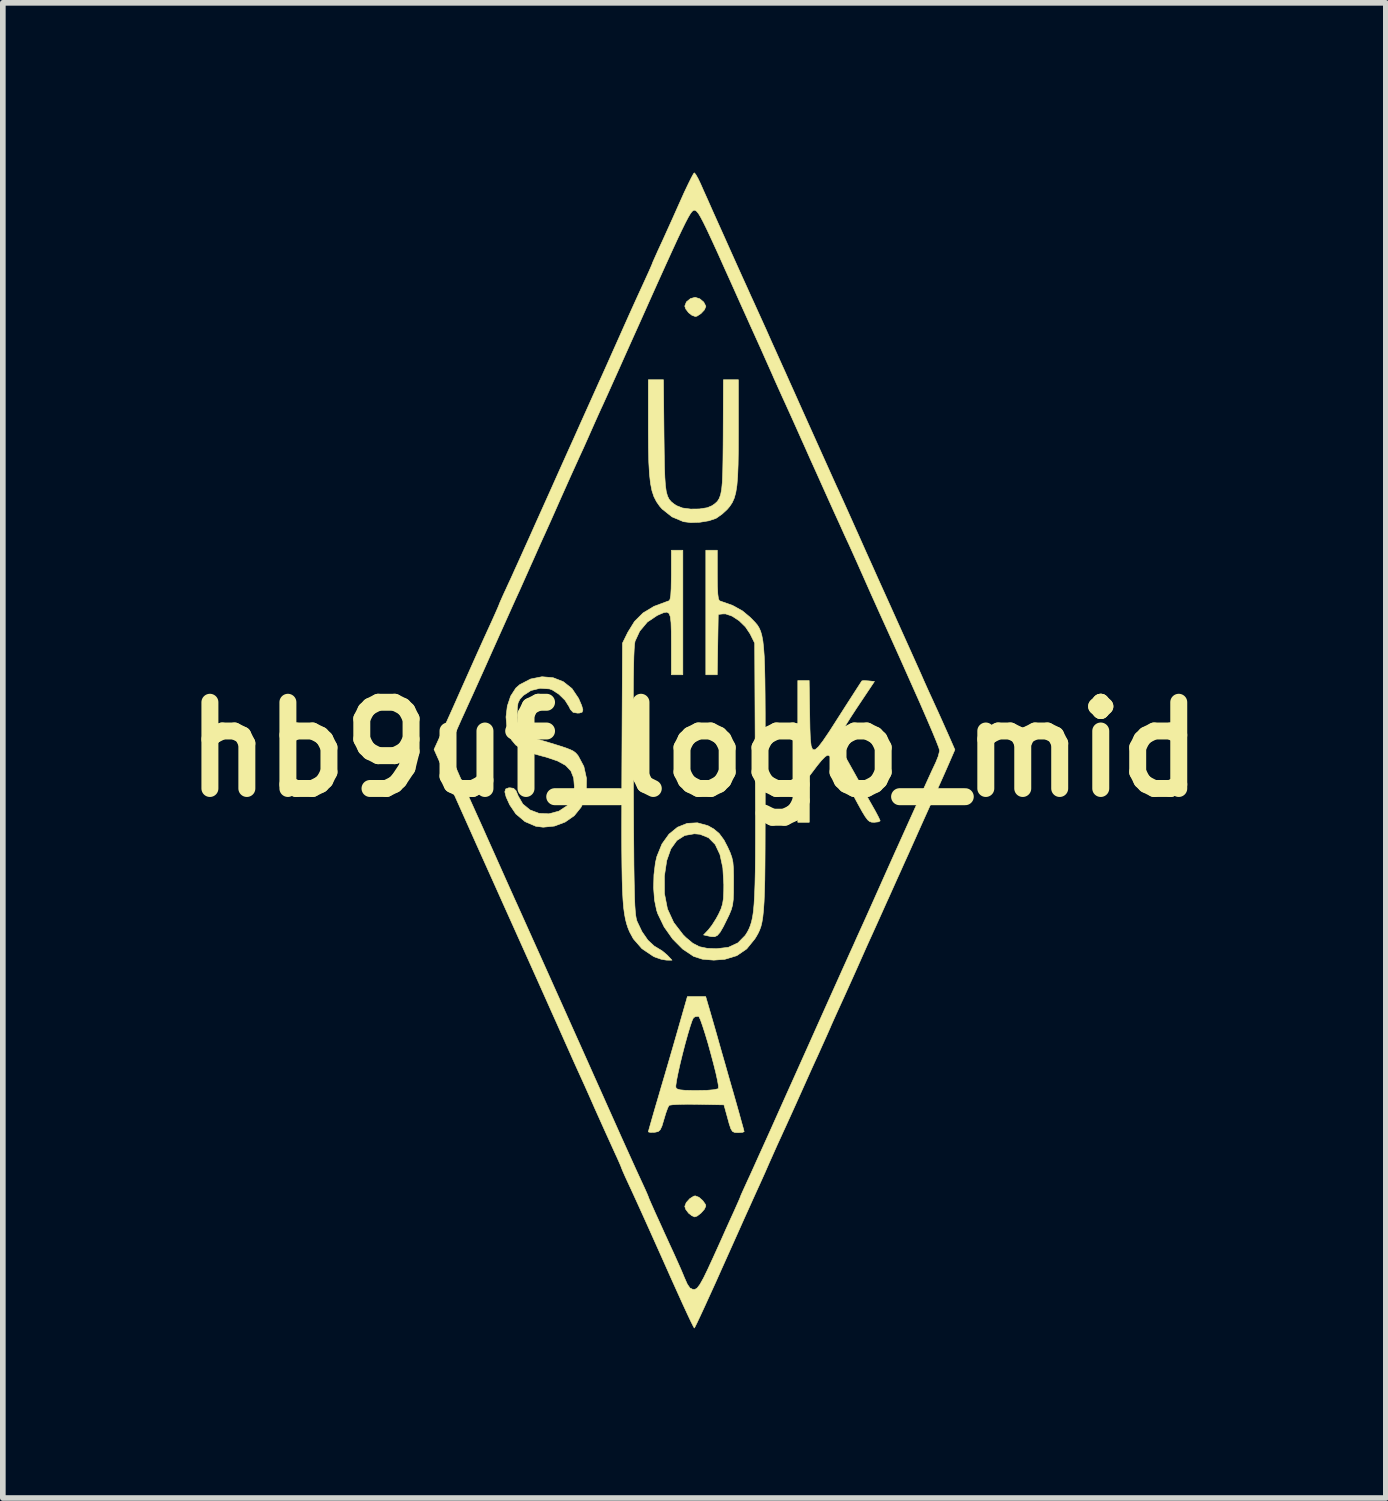
<source format=kicad_pcb>
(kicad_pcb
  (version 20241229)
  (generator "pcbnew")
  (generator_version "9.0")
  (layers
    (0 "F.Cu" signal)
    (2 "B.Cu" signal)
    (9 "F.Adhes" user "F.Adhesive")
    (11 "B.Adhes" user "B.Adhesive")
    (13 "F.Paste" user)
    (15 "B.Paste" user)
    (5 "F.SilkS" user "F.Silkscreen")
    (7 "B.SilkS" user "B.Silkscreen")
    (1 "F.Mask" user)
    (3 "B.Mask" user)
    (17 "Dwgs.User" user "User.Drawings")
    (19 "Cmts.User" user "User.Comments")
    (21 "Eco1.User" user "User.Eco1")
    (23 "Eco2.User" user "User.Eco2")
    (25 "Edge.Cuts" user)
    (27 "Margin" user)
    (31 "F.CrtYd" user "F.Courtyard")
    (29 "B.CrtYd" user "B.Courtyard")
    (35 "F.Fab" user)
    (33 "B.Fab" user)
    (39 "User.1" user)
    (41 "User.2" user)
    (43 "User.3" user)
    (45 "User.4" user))
  (footprint "hb9uf_logo_mid"
    (layer "F.Cu")
    (at 9.224 10.199)
    (property "Reference" "hb9uf_logo_mid" (at 0 0 0) (layer "F.SilkS") (effects (font (size 1.524 1.524) (thickness 0.3))))
    (attr through_hole)
    (fp_poly (pts (xy 0.095 -7.968) (xy 0.166 -7.909) (xy 0.202 -7.839) (xy 0.203 -7.829) (xy 0.177 -7.77) (xy 0.117 -7.706) (xy 0.048 -7.661) (xy 0.017 -7.654) (xy -0.043 -7.676) (xy -0.102 -7.722) (xy -0.152 -7.788) (xy -0.169 -7.838) (xy -0.14 -7.912) (xy -0.068 -7.971) (xy 0.014 -7.993) (xy 0.095 -7.968)) (stroke (width 0.01) (type solid)) (fill yes) (layer "F.SilkS"))
    (fp_poly (pts (xy 0.082 7.916) (xy 0.15 7.976) (xy 0.197 8.043) (xy 0.203 8.071) (xy 0.178 8.127) (xy 0.119 8.194) (xy 0.051 8.247) (xy 0.006 8.263) (xy -0.045 8.241) (xy -0.102 8.196) (xy -0.152 8.129) (xy -0.169 8.077) (xy -0.143 8.01) (xy -0.081 7.941) (xy -0.01 7.896) (xy 0.017 7.891) (xy 0.082 7.916)) (stroke (width 0.01) (type solid)) (fill yes) (layer "F.SilkS"))
    (fp_poly (pts (xy -0.536 -5.544) (xy -0.532 -5.243) (xy -0.528 -5.001) (xy -0.521 -4.812) (xy -0.511 -4.667) (xy -0.496 -4.559) (xy -0.474 -4.48) (xy -0.445 -4.422) (xy -0.407 -4.378) (xy -0.358 -4.339) (xy -0.314 -4.31) (xy -0.209 -4.269) (xy -0.065 -4.25) (xy 0.09 -4.252) (xy 0.229 -4.274) (xy 0.314 -4.31) (xy 0.366 -4.347) (xy 0.408 -4.386) (xy 0.44 -4.437) (xy 0.465 -4.505) (xy 0.483 -4.599) (xy 0.495 -4.726) (xy 0.502 -4.895) (xy 0.506 -5.112) (xy 0.509 -5.385) (xy 0.51 -5.55) (xy 0.514 -6.536) (xy 0.779 -6.536) (xy 0.779 -5.611) (xy 0.778 -5.294) (xy 0.774 -5.037) (xy 0.766 -4.832) (xy 0.753 -4.67) (xy 0.733 -4.543) (xy 0.706 -4.444) (xy 0.67 -4.364) (xy 0.625 -4.296) (xy 0.582 -4.245) (xy 0.492 -4.162) (xy 0.396 -4.094) (xy 0.381 -4.085) (xy 0.257 -4.043) (xy 0.099 -4.017) (xy -0.062 -4.011) (xy -0.192 -4.027) (xy -0.394 -4.112) (xy -0.568 -4.25) (xy -0.613 -4.301) (xy -0.669 -4.381) (xy -0.714 -4.469) (xy -0.749 -4.574) (xy -0.775 -4.706) (xy -0.793 -4.87) (xy -0.805 -5.077) (xy -0.811 -5.335) (xy -0.813 -5.651) (xy -0.813 -5.68) (xy -0.813 -6.536) (xy -0.546 -6.536) (xy -0.536 -5.544)) (stroke (width 0.01) (type solid)) (fill yes) (layer "F.SilkS"))
    (fp_poly (pts (xy 2.04 -0.601) (xy 2.044 -0.365) (xy 2.051 -0.186) (xy 2.065 -0.064) (xy 2.091 -0.000455) (xy 2.132 0.006) (xy 2.192 -0.045) (xy 2.275 -0.153) (xy 2.387 -0.318) (xy 2.529 -0.54) (xy 2.563 -0.593) (xy 2.678 -0.773) (xy 2.781 -0.933) (xy 2.866 -1.065) (xy 2.927 -1.159) (xy 2.959 -1.208) (xy 2.963 -1.213) (xy 3 -1.218) (xy 3.076 -1.213) (xy 3.079 -1.213) (xy 3.184 -1.202) (xy 2.862 -0.72) (xy 2.756 -0.557) (xy 2.664 -0.41) (xy 2.594 -0.288) (xy 2.551 -0.204) (xy 2.54 -0.171) (xy 2.543 -0.14) (xy 2.555 -0.1) (xy 2.58 -0.042) (xy 2.623 0.043) (xy 2.689 0.164) (xy 2.781 0.329) (xy 2.85 0.452) (xy 2.911 0.562) (xy 2.957 0.646) (xy 2.979 0.69) (xy 2.98 0.693) (xy 2.996 0.725) (xy 3.038 0.802) (xy 3.098 0.91) (xy 3.132 0.97) (xy 3.2 1.09) (xy 3.252 1.188) (xy 3.281 1.25) (xy 3.285 1.262) (xy 3.255 1.279) (xy 3.183 1.287) (xy 3.175 1.287) (xy 3.134 1.285) (xy 3.099 1.273) (xy 3.064 1.244) (xy 3.022 1.188) (xy 2.967 1.098) (xy 2.894 0.966) (xy 2.796 0.784) (xy 2.78 0.754) (xy 2.663 0.536) (xy 2.572 0.372) (xy 2.503 0.254) (xy 2.45 0.175) (xy 2.41 0.128) (xy 2.377 0.106) (xy 2.353 0.102) (xy 2.313 0.127) (xy 2.248 0.193) (xy 2.172 0.286) (xy 2.172 0.286) (xy 2.032 0.471) (xy 2.032 1.287) (xy 1.829 1.287) (xy 1.829 -1.219) (xy 2.03 -1.219) (xy 2.04 -0.601)) (stroke (width 0.01) (type solid)) (fill yes) (layer "F.SilkS"))
    (fp_poly (pts (xy -0.203 -1.321) (xy -0.406 -1.321) (xy -0.406 -1.864) (xy -0.407 -2.082) (xy -0.412 -2.241) (xy -0.424 -2.346) (xy -0.447 -2.406) (xy -0.485 -2.428) (xy -0.541 -2.419) (xy -0.62 -2.386) (xy -0.657 -2.369) (xy -0.83 -2.253) (xy -0.966 -2.091) (xy -1.048 -1.913) (xy -1.056 -1.864) (xy -1.063 -1.774) (xy -1.069 -1.642) (xy -1.073 -1.463) (xy -1.077 -1.235) (xy -1.079 -0.954) (xy -1.08 -0.617) (xy -1.08 -0.221) (xy -1.078 0.238) (xy -1.077 0.559) (xy -1.075 1.019) (xy -1.073 1.417) (xy -1.07 1.756) (xy -1.068 2.043) (xy -1.064 2.282) (xy -1.06 2.477) (xy -1.056 2.635) (xy -1.051 2.759) (xy -1.044 2.855) (xy -1.037 2.927) (xy -1.028 2.981) (xy -1.018 3.021) (xy -1.011 3.041) (xy -0.925 3.221) (xy -0.821 3.371) (xy -0.709 3.475) (xy -0.665 3.501) (xy -0.563 3.564) (xy -0.476 3.638) (xy -0.395 3.725) (xy -0.494 3.724) (xy -0.587 3.708) (xy -0.698 3.669) (xy -0.727 3.655) (xy -0.925 3.522) (xy -1.078 3.347) (xy -1.146 3.221) (xy -1.174 3.152) (xy -1.198 3.079) (xy -1.218 2.999) (xy -1.235 2.906) (xy -1.25 2.794) (xy -1.261 2.658) (xy -1.27 2.494) (xy -1.276 2.296) (xy -1.28 2.059) (xy -1.283 1.778) (xy -1.284 1.447) (xy -1.283 1.062) (xy -1.282 0.618) (xy -1.281 0.339) (xy -1.27 -1.88) (xy -1.176 -2.071) (xy -1.057 -2.264) (xy -0.906 -2.414) (xy -0.712 -2.531) (xy -0.464 -2.623) (xy -0.449 -2.627) (xy -0.43 -2.653) (xy -0.417 -2.724) (xy -0.41 -2.846) (xy -0.407 -3.026) (xy -0.406 -3.081) (xy -0.406 -3.522) (xy -0.203 -3.522) (xy -0.203 -1.321)) (stroke (width 0.01) (type solid)) (fill yes) (layer "F.SilkS"))
    (fp_poly (pts (xy -2.497 -1.269) (xy -2.317 -1.199) (xy -2.163 -1.077) (xy -2.048 -0.906) (xy -2.045 -0.901) (xy -1.991 -0.776) (xy -1.97 -0.699) (xy -1.984 -0.659) (xy -2.033 -0.644) (xy -2.065 -0.643) (xy -2.142 -0.656) (xy -2.191 -0.708) (xy -2.213 -0.755) (xy -2.285 -0.87) (xy -2.393 -0.976) (xy -2.51 -1.052) (xy -2.562 -1.071) (xy -2.727 -1.082) (xy -2.889 -1.042) (xy -3.023 -0.955) (xy -3.027 -0.951) (xy -3.085 -0.886) (xy -3.116 -0.823) (xy -3.129 -0.738) (xy -3.132 -0.629) (xy -3.119 -0.467) (xy -3.071 -0.349) (xy -2.978 -0.265) (xy -2.831 -0.2) (xy -2.781 -0.184) (xy -2.56 -0.119) (xy -2.394 -0.068) (xy -2.275 -0.029) (xy -2.192 0.003) (xy -2.136 0.031) (xy -2.098 0.06) (xy -2.069 0.092) (xy -2.051 0.116) (xy -1.953 0.3) (xy -1.906 0.512) (xy -1.91 0.733) (xy -1.967 0.945) (xy -2.003 1.022) (xy -2.122 1.17) (xy -2.284 1.283) (xy -2.473 1.354) (xy -2.672 1.374) (xy -2.803 1.357) (xy -2.994 1.275) (xy -3.155 1.139) (xy -3.264 0.978) (xy -3.327 0.839) (xy -3.35 0.749) (xy -3.335 0.698) (xy -3.281 0.678) (xy -3.259 0.677) (xy -3.195 0.687) (xy -3.153 0.728) (xy -3.115 0.818) (xy -3.115 0.82) (xy -3.031 0.965) (xy -2.904 1.069) (xy -2.746 1.129) (xy -2.571 1.137) (xy -2.394 1.09) (xy -2.394 1.09) (xy -2.248 0.993) (xy -2.157 0.857) (xy -2.121 0.679) (xy -2.12 0.66) (xy -2.133 0.504) (xy -2.182 0.38) (xy -2.275 0.281) (xy -2.42 0.202) (xy -2.623 0.134) (xy -2.697 0.115) (xy -2.902 0.057) (xy -3.052 -0.006) (xy -3.158 -0.08) (xy -3.234 -0.172) (xy -3.255 -0.211) (xy -3.313 -0.383) (xy -3.329 -0.575) (xy -3.306 -0.767) (xy -3.247 -0.944) (xy -3.155 -1.086) (xy -3.087 -1.146) (xy -2.894 -1.246) (xy -2.693 -1.286) (xy -2.497 -1.269)) (stroke (width 0.01) (type solid)) (fill yes) (layer "F.SilkS"))
    (fp_poly (pts (xy 0.268 4.597) (xy 0.313 4.753) (xy 0.365 4.933) (xy 0.407 5.08) (xy 0.438 5.191) (xy 0.484 5.353) (xy 0.541 5.551) (xy 0.603 5.77) (xy 0.668 5.997) (xy 0.68 6.037) (xy 0.739 6.244) (xy 0.791 6.428) (xy 0.833 6.581) (xy 0.864 6.691) (xy 0.879 6.75) (xy 0.881 6.756) (xy 0.851 6.768) (xy 0.779 6.773) (xy 0.77 6.773) (xy 0.713 6.77) (xy 0.675 6.752) (xy 0.646 6.706) (xy 0.616 6.616) (xy 0.592 6.528) (xy 0.524 6.282) (xy 0.053 6.273) (xy -0.12 6.271) (xy -0.268 6.274) (xy -0.38 6.28) (xy -0.441 6.289) (xy -0.447 6.292) (xy -0.471 6.338) (xy -0.504 6.429) (xy -0.537 6.539) (xy -0.572 6.656) (xy -0.603 6.722) (xy -0.639 6.754) (xy -0.694 6.766) (xy -0.706 6.767) (xy -0.779 6.769) (xy -0.813 6.76) (xy -0.813 6.759) (xy -0.804 6.723) (xy -0.778 6.631) (xy -0.739 6.494) (xy -0.689 6.321) (xy -0.63 6.121) (xy -0.606 6.038) (xy -0.578 5.942) (xy -0.327 5.942) (xy -0.327 5.976) (xy -0.305 6) (xy -0.255 6.016) (xy -0.164 6.025) (xy -0.021 6.028) (xy 0.048 6.028) (xy 0.224 6.025) (xy 0.349 6.014) (xy 0.417 5.998) (xy 0.426 5.991) (xy 0.426 5.945) (xy 0.409 5.848) (xy 0.379 5.712) (xy 0.338 5.549) (xy 0.291 5.373) (xy 0.242 5.195) (xy 0.192 5.029) (xy 0.146 4.886) (xy 0.108 4.779) (xy 0.081 4.722) (xy 0.074 4.716) (xy 0.015 4.723) (xy -0.016 4.745) (xy -0.04 4.795) (xy -0.074 4.896) (xy -0.116 5.036) (xy -0.162 5.201) (xy -0.208 5.379) (xy -0.251 5.555) (xy -0.287 5.716) (xy -0.314 5.85) (xy -0.327 5.942) (xy -0.578 5.942) (xy -0.533 5.79) (xy -0.456 5.527) (xy -0.381 5.269) (xy -0.314 5.036) (xy -0.261 4.851) (xy -0.123 4.369) (xy 0.201 4.369) (xy 0.268 4.597)) (stroke (width 0.01) (type solid)) (fill yes) (layer "F.SilkS"))
    (fp_poly (pts (xy 0.406 -3.081) (xy 0.408 -2.885) (xy 0.415 -2.749) (xy 0.426 -2.666) (xy 0.443 -2.63) (xy 0.449 -2.627) (xy 0.674 -2.548) (xy 0.851 -2.45) (xy 0.984 -2.339) (xy 1.034 -2.289) (xy 1.077 -2.244) (xy 1.115 -2.199) (xy 1.146 -2.148) (xy 1.173 -2.087) (xy 1.194 -2.012) (xy 1.212 -1.916) (xy 1.225 -1.795) (xy 1.236 -1.645) (xy 1.243 -1.459) (xy 1.248 -1.234) (xy 1.251 -0.964) (xy 1.253 -0.645) (xy 1.253 -0.271) (xy 1.253 0.163) (xy 1.253 0.49) (xy 1.253 0.968) (xy 1.252 1.384) (xy 1.251 1.741) (xy 1.249 2.046) (xy 1.246 2.304) (xy 1.24 2.519) (xy 1.233 2.696) (xy 1.223 2.84) (xy 1.211 2.957) (xy 1.196 3.051) (xy 1.178 3.127) (xy 1.155 3.191) (xy 1.129 3.247) (xy 1.099 3.301) (xy 1.069 3.349) (xy 0.926 3.525) (xy 0.751 3.645) (xy 0.54 3.709) (xy 0.343 3.724) (xy 0.142 3.707) (xy -0.014 3.657) (xy -0.016 3.655) (xy -0.206 3.528) (xy -0.383 3.35) (xy -0.534 3.136) (xy -0.646 2.904) (xy -0.667 2.841) (xy -0.704 2.661) (xy -0.72 2.444) (xy -0.714 2.215) (xy -0.688 2.001) (xy -0.662 1.891) (xy -0.572 1.67) (xy -0.448 1.497) (xy -0.297 1.374) (xy -0.127 1.306) (xy 0.054 1.296) (xy 0.24 1.347) (xy 0.342 1.404) (xy 0.44 1.486) (xy 0.524 1.6) (xy 0.587 1.721) (xy 0.633 1.822) (xy 0.663 1.906) (xy 0.682 1.991) (xy 0.691 2.097) (xy 0.694 2.241) (xy 0.694 2.354) (xy 0.693 2.529) (xy 0.688 2.656) (xy 0.676 2.75) (xy 0.653 2.832) (xy 0.618 2.918) (xy 0.588 2.98) (xy 0.513 3.132) (xy 0.455 3.232) (xy 0.406 3.288) (xy 0.358 3.31) (xy 0.299 3.308) (xy 0.274 3.303) (xy 0.163 3.278) (xy 0.248 3.189) (xy 0.311 3.108) (xy 0.383 2.995) (xy 0.428 2.913) (xy 0.472 2.818) (xy 0.499 2.732) (xy 0.514 2.635) (xy 0.52 2.505) (xy 0.521 2.388) (xy 0.504 2.093) (xy 0.453 1.857) (xy 0.369 1.679) (xy 0.252 1.56) (xy 0.1 1.499) (xy 0.001 1.49) (xy -0.17 1.52) (xy -0.309 1.609) (xy -0.415 1.757) (xy -0.488 1.964) (xy -0.528 2.23) (xy -0.529 2.239) (xy -0.528 2.547) (xy -0.475 2.818) (xy -0.365 3.058) (xy -0.198 3.275) (xy -0.148 3.325) (xy -0.028 3.425) (xy 0.089 3.486) (xy 0.228 3.515) (xy 0.392 3.522) (xy 0.602 3.497) (xy 0.77 3.419) (xy 0.9 3.287) (xy 0.939 3.225) (xy 0.967 3.17) (xy 0.991 3.111) (xy 1.012 3.042) (xy 1.03 2.959) (xy 1.045 2.858) (xy 1.056 2.732) (xy 1.065 2.577) (xy 1.072 2.388) (xy 1.077 2.16) (xy 1.08 1.888) (xy 1.081 1.568) (xy 1.081 1.193) (xy 1.079 0.76) (xy 1.078 0.373) (xy 1.067 -1.88) (xy 0.986 -2.044) (xy 0.903 -2.168) (xy 0.791 -2.277) (xy 0.669 -2.357) (xy 0.553 -2.397) (xy 0.508 -2.397) (xy 0.423 -2.388) (xy 0.414 -1.854) (xy 0.405 -1.321) (xy 0.203 -1.321) (xy 0.203 -3.522) (xy 0.406 -3.522) (xy 0.406 -3.081)) (stroke (width 0.01) (type solid)) (fill yes) (layer "F.SilkS"))
    (fp_poly (pts (xy 0.025 -10.165) (xy 0.067 -10.091) (xy 0.111 -9.999) (xy 0.161 -9.885) (xy 0.234 -9.723) (xy 0.322 -9.524) (xy 0.423 -9.299) (xy 0.531 -9.059) (xy 0.64 -8.815) (xy 0.747 -8.577) (xy 0.846 -8.357) (xy 0.933 -8.166) (xy 1.001 -8.014) (xy 1.048 -7.912) (xy 1.05 -7.908) (xy 1.115 -7.764) (xy 1.194 -7.59) (xy 1.273 -7.416) (xy 1.295 -7.366) (xy 1.365 -7.208) (xy 1.437 -7.049) (xy 1.497 -6.915) (xy 1.515 -6.875) (xy 1.55 -6.797) (xy 1.609 -6.667) (xy 1.686 -6.494) (xy 1.779 -6.288) (xy 1.882 -6.057) (xy 1.992 -5.812) (xy 2.032 -5.723) (xy 2.145 -5.472) (xy 2.254 -5.229) (xy 2.355 -5.005) (xy 2.443 -4.809) (xy 2.514 -4.652) (xy 2.564 -4.544) (xy 2.574 -4.521) (xy 2.63 -4.398) (xy 2.704 -4.234) (xy 2.787 -4.049) (xy 2.87 -3.863) (xy 2.879 -3.844) (xy 2.947 -3.691) (xy 3.036 -3.491) (xy 3.142 -3.256) (xy 3.256 -3.001) (xy 3.374 -2.74) (xy 3.472 -2.523) (xy 3.582 -2.278) (xy 3.69 -2.038) (xy 3.791 -1.814) (xy 3.879 -1.618) (xy 3.95 -1.46) (xy 3.997 -1.355) (xy 4.07 -1.189) (xy 4.15 -1.011) (xy 4.222 -0.855) (xy 4.233 -0.83) (xy 4.3 -0.684) (xy 4.379 -0.509) (xy 4.456 -0.336) (xy 4.475 -0.294) (xy 4.606 0.004) (xy 4.5 0.248) (xy 4.424 0.421) (xy 4.348 0.591) (xy 4.264 0.778) (xy 4.162 1.004) (xy 4.149 1.033) (xy 4.092 1.159) (xy 4.02 1.319) (xy 3.946 1.484) (xy 3.921 1.541) (xy 3.85 1.699) (xy 3.779 1.858) (xy 3.718 1.992) (xy 3.7 2.032) (xy 3.656 2.131) (xy 3.591 2.274) (xy 3.514 2.446) (xy 3.432 2.629) (xy 3.403 2.692) (xy 3.321 2.875) (xy 3.241 3.053) (xy 3.171 3.208) (xy 3.118 3.325) (xy 3.105 3.353) (xy 3.052 3.47) (xy 2.984 3.623) (xy 2.912 3.785) (xy 2.886 3.844) (xy 2.811 4.011) (xy 2.731 4.189) (xy 2.66 4.346) (xy 2.642 4.386) (xy 2.576 4.53) (xy 2.497 4.704) (xy 2.419 4.878) (xy 2.398 4.928) (xy 2.328 5.086) (xy 2.256 5.245) (xy 2.196 5.379) (xy 2.178 5.419) (xy 2.133 5.516) (xy 2.068 5.659) (xy 1.991 5.831) (xy 1.908 6.016) (xy 1.872 6.096) (xy 1.786 6.288) (xy 1.699 6.48) (xy 1.62 6.654) (xy 1.557 6.791) (xy 1.54 6.829) (xy 1.466 6.99) (xy 1.385 7.172) (xy 1.319 7.32) (xy 1.25 7.478) (xy 1.168 7.66) (xy 1.091 7.829) (xy 1.086 7.84) (xy 1.042 7.937) (xy 0.975 8.086) (xy 0.888 8.278) (xy 0.788 8.502) (xy 0.677 8.75) (xy 0.56 9.011) (xy 0.489 9.169) (xy 0.378 9.418) (xy 0.274 9.646) (xy 0.183 9.846) (xy 0.106 10.012) (xy 0.048 10.135) (xy 0.011 10.209) (xy -0.001 10.227) (xy -0.018 10.198) (xy -0.06 10.114) (xy -0.122 9.983) (xy -0.2 9.814) (xy -0.291 9.613) (xy -0.392 9.389) (xy -0.422 9.322) (xy -0.56 9.012) (xy -0.676 8.753) (xy -0.774 8.534) (xy -0.86 8.343) (xy -0.938 8.17) (xy -1.014 8.003) (xy -1.093 7.83) (xy -1.168 7.668) (xy -1.223 7.549) (xy -1.264 7.456) (xy -1.285 7.405) (xy -1.287 7.399) (xy -1.3 7.365) (xy -1.334 7.286) (xy -1.382 7.179) (xy -1.385 7.174) (xy -1.498 6.925) (xy -1.592 6.718) (xy -1.675 6.533) (xy -1.757 6.351) (xy -1.802 6.248) (xy -1.872 6.09) (xy -1.943 5.931) (xy -2.004 5.797) (xy -2.022 5.757) (xy -2.068 5.656) (xy -2.134 5.51) (xy -2.21 5.339) (xy -2.29 5.16) (xy -2.303 5.131) (xy -2.355 5.014) (xy -2.431 4.843) (xy -2.529 4.625) (xy -2.643 4.369) (xy -2.771 4.083) (xy -2.91 3.773) (xy -3.056 3.448) (xy -3.205 3.116) (xy -3.251 3.014) (xy -3.405 2.671) (xy -3.56 2.325) (xy -3.713 1.985) (xy -3.859 1.66) (xy -3.993 1.36) (xy -4.113 1.092) (xy -4.214 0.866) (xy -4.292 0.692) (xy -4.303 0.668) (xy -4.6 0.001) (xy -4.335 0.001) (xy -4.329 0.032) (xy -4.31 0.088) (xy -4.276 0.175) (xy -4.224 0.298) (xy -4.153 0.462) (xy -4.06 0.672) (xy -3.944 0.932) (xy -3.801 1.249) (xy -3.776 1.304) (xy -3.728 1.411) (xy -3.661 1.562) (xy -3.582 1.738) (xy -3.5 1.921) (xy -3.481 1.964) (xy -3.4 2.145) (xy -3.322 2.32) (xy -3.253 2.474) (xy -3.202 2.587) (xy -3.193 2.608) (xy -3.14 2.724) (xy -3.063 2.895) (xy -2.966 3.111) (xy -2.852 3.365) (xy -2.724 3.649) (xy -2.587 3.954) (xy -2.444 4.273) (xy -2.298 4.598) (xy -2.154 4.92) (xy -2.014 5.232) (xy -1.883 5.525) (xy -1.764 5.792) (xy -1.66 6.024) (xy -1.643 6.062) (xy -1.503 6.376) (xy -1.387 6.635) (xy -1.291 6.85) (xy -1.211 7.027) (xy -1.144 7.175) (xy -1.086 7.303) (xy -1.034 7.418) (xy -0.983 7.529) (xy -0.93 7.644) (xy -0.928 7.648) (xy -0.874 7.765) (xy -0.834 7.855) (xy -0.814 7.904) (xy -0.813 7.908) (xy -0.8 7.942) (xy -0.765 8.023) (xy -0.715 8.135) (xy -0.693 8.185) (xy -0.624 8.336) (xy -0.573 8.448) (xy -0.531 8.542) (xy -0.487 8.637) (xy -0.433 8.756) (xy -0.371 8.89) (xy -0.304 9.039) (xy -0.241 9.18) (xy -0.193 9.293) (xy -0.178 9.33) (xy -0.124 9.452) (xy -0.077 9.52) (xy -0.025 9.545) (xy 0.011 9.544) (xy 0.051 9.52) (xy 0.1 9.455) (xy 0.163 9.342) (xy 0.245 9.173) (xy 0.251 9.159) (xy 0.328 8.992) (xy 0.403 8.827) (xy 0.467 8.685) (xy 0.505 8.6) (xy 0.561 8.474) (xy 0.631 8.319) (xy 0.699 8.17) (xy 0.7 8.168) (xy 0.752 8.051) (xy 0.792 7.961) (xy 0.812 7.913) (xy 0.813 7.909) (xy 0.826 7.875) (xy 0.862 7.795) (xy 0.914 7.681) (xy 0.944 7.615) (xy 0.983 7.531) (xy 1.046 7.392) (xy 1.13 7.205) (xy 1.234 6.976) (xy 1.353 6.712) (xy 1.484 6.419) (xy 1.625 6.104) (xy 1.773 5.775) (xy 1.872 5.554) (xy 2.021 5.222) (xy 2.163 4.904) (xy 2.297 4.605) (xy 2.419 4.333) (xy 2.527 4.093) (xy 2.617 3.892) (xy 2.688 3.735) (xy 2.735 3.63) (xy 2.753 3.59) (xy 2.806 3.474) (xy 2.874 3.321) (xy 2.953 3.147) (xy 3.034 2.968) (xy 3.11 2.798) (xy 3.175 2.653) (xy 3.221 2.549) (xy 3.233 2.523) (xy 3.342 2.278) (xy 3.448 2.041) (xy 3.565 1.78) (xy 3.574 1.761) (xy 3.688 1.508) (xy 3.783 1.297) (xy 3.867 1.111) (xy 3.949 0.929) (xy 4.036 0.735) (xy 4.054 0.694) (xy 4.124 0.54) (xy 4.191 0.393) (xy 4.246 0.276) (xy 4.271 0.222) (xy 4.311 0.122) (xy 4.333 0.035) (xy 4.335 0.017) (xy 4.321 -0.034) (xy 4.277 -0.147) (xy 4.206 -0.319) (xy 4.106 -0.552) (xy 3.978 -0.846) (xy 3.821 -1.198) (xy 3.637 -1.611) (xy 3.425 -2.082) (xy 3.286 -2.388) (xy 3.202 -2.575) (xy 3.128 -2.739) (xy 3.053 -2.908) (xy 2.964 -3.109) (xy 2.953 -3.133) (xy 2.879 -3.3) (xy 2.799 -3.478) (xy 2.728 -3.635) (xy 2.709 -3.675) (xy 2.651 -3.801) (xy 2.572 -3.977) (xy 2.475 -4.189) (xy 2.369 -4.424) (xy 2.258 -4.671) (xy 2.148 -4.916) (xy 2.044 -5.146) (xy 1.954 -5.349) (xy 1.881 -5.511) (xy 1.862 -5.554) (xy 1.788 -5.72) (xy 1.708 -5.898) (xy 1.637 -6.054) (xy 1.626 -6.079) (xy 1.56 -6.223) (xy 1.481 -6.398) (xy 1.403 -6.572) (xy 1.382 -6.621) (xy 1.267 -6.879) (xy 1.176 -7.084) (xy 1.104 -7.243) (xy 1.064 -7.332) (xy 1.039 -7.387) (xy 0.99 -7.495) (xy 0.921 -7.649) (xy 0.834 -7.841) (xy 0.735 -8.062) (xy 0.626 -8.305) (xy 0.545 -8.484) (xy 0.417 -8.77) (xy 0.312 -8.999) (xy 0.228 -9.179) (xy 0.162 -9.314) (xy 0.111 -9.411) (xy 0.072 -9.476) (xy 0.041 -9.513) (xy 0.016 -9.531) (xy -0.000303 -9.533) (xy -0.019 -9.528) (xy -0.042 -9.508) (xy -0.071 -9.469) (xy -0.108 -9.406) (xy -0.156 -9.315) (xy -0.217 -9.191) (xy -0.294 -9.03) (xy -0.388 -8.826) (xy -0.503 -8.574) (xy -0.64 -8.271) (xy -0.801 -7.912) (xy -0.833 -7.84) (xy -0.976 -7.52) (xy -1.112 -7.218) (xy -1.237 -6.939) (xy -1.349 -6.688) (xy -1.446 -6.473) (xy -1.524 -6.299) (xy -1.582 -6.171) (xy -1.616 -6.096) (xy -1.624 -6.079) (xy -1.651 -6.021) (xy -1.698 -5.917) (xy -1.758 -5.783) (xy -1.807 -5.673) (xy -1.883 -5.501) (xy -1.963 -5.322) (xy -2.036 -5.164) (xy -2.066 -5.097) (xy -2.121 -4.976) (xy -2.195 -4.813) (xy -2.278 -4.627) (xy -2.362 -4.439) (xy -2.378 -4.403) (xy -2.458 -4.222) (xy -2.536 -4.046) (xy -2.605 -3.893) (xy -2.656 -3.78) (xy -2.666 -3.759) (xy -2.719 -3.642) (xy -2.787 -3.489) (xy -2.859 -3.327) (xy -2.886 -3.268) (xy -2.956 -3.11) (xy -3.027 -2.951) (xy -3.087 -2.816) (xy -3.105 -2.777) (xy -3.146 -2.688) (xy -3.208 -2.551) (xy -3.286 -2.377) (xy -3.374 -2.181) (xy -3.467 -1.974) (xy -3.479 -1.947) (xy -3.589 -1.702) (xy -3.676 -1.506) (xy -3.747 -1.348) (xy -3.807 -1.215) (xy -3.861 -1.095) (xy -3.915 -0.975) (xy -3.975 -0.844) (xy -4.045 -0.69) (xy -4.112 -0.543) (xy -4.188 -0.372) (xy -4.253 -0.22) (xy -4.302 -0.099) (xy -4.33 -0.02) (xy -4.335 0.001) (xy -4.6 0.001) (xy -4.601 -0.001) (xy -4.482 -0.263) (xy -4.426 -0.385) (xy -4.377 -0.494) (xy -4.329 -0.6) (xy -4.277 -0.716) (xy -4.216 -0.853) (xy -4.141 -1.022) (xy -4.046 -1.235) (xy -3.985 -1.372) (xy -3.847 -1.681) (xy -3.719 -1.965) (xy -3.584 -2.26) (xy -3.552 -2.331) (xy -3.504 -2.439) (xy -3.469 -2.519) (xy -3.454 -2.556) (xy -3.454 -2.556) (xy -3.441 -2.59) (xy -3.406 -2.67) (xy -3.356 -2.781) (xy -3.339 -2.816) (xy -3.308 -2.885) (xy -3.278 -2.95) (xy -3.247 -3.016) (xy -3.214 -3.089) (xy -3.176 -3.174) (xy -3.129 -3.277) (xy -3.072 -3.403) (xy -3.002 -3.559) (xy -2.916 -3.749) (xy -2.813 -3.98) (xy -2.689 -4.256) (xy -2.542 -4.583) (xy -2.388 -4.928) (xy -2.253 -5.229) (xy -2.123 -5.517) (xy -2.003 -5.786) (xy -1.895 -6.026) (xy -1.802 -6.233) (xy -1.728 -6.398) (xy -1.676 -6.514) (xy -1.65 -6.57) (xy -1.605 -6.67) (xy -1.54 -6.815) (xy -1.464 -6.986) (xy -1.383 -7.167) (xy -1.362 -7.214) (xy -1.244 -7.479) (xy -1.147 -7.696) (xy -1.066 -7.875) (xy -0.995 -8.031) (xy -0.929 -8.175) (xy -0.862 -8.321) (xy -0.86 -8.326) (xy -0.807 -8.442) (xy -0.767 -8.533) (xy -0.746 -8.582) (xy -0.745 -8.586) (xy -0.732 -8.62) (xy -0.696 -8.701) (xy -0.645 -8.815) (xy -0.615 -8.88) (xy -0.554 -9.012) (xy -0.475 -9.187) (xy -0.385 -9.386) (xy -0.294 -9.59) (xy -0.255 -9.677) (xy -0.178 -9.849) (xy -0.108 -9.996) (xy -0.052 -10.109) (xy -0.014 -10.178) (xy -0.000227 -10.194) (xy 0.025 -10.165)) (stroke (width 0.01) (type solid)) (fill yes) (layer "F.SilkS")))
  (gr_rect
    (start -3 -3)
    (end 21.448 23.431)
    (stroke (width 0.1) (type default))
    (fill no)
    (layer "Edge.Cuts")))
</source>
